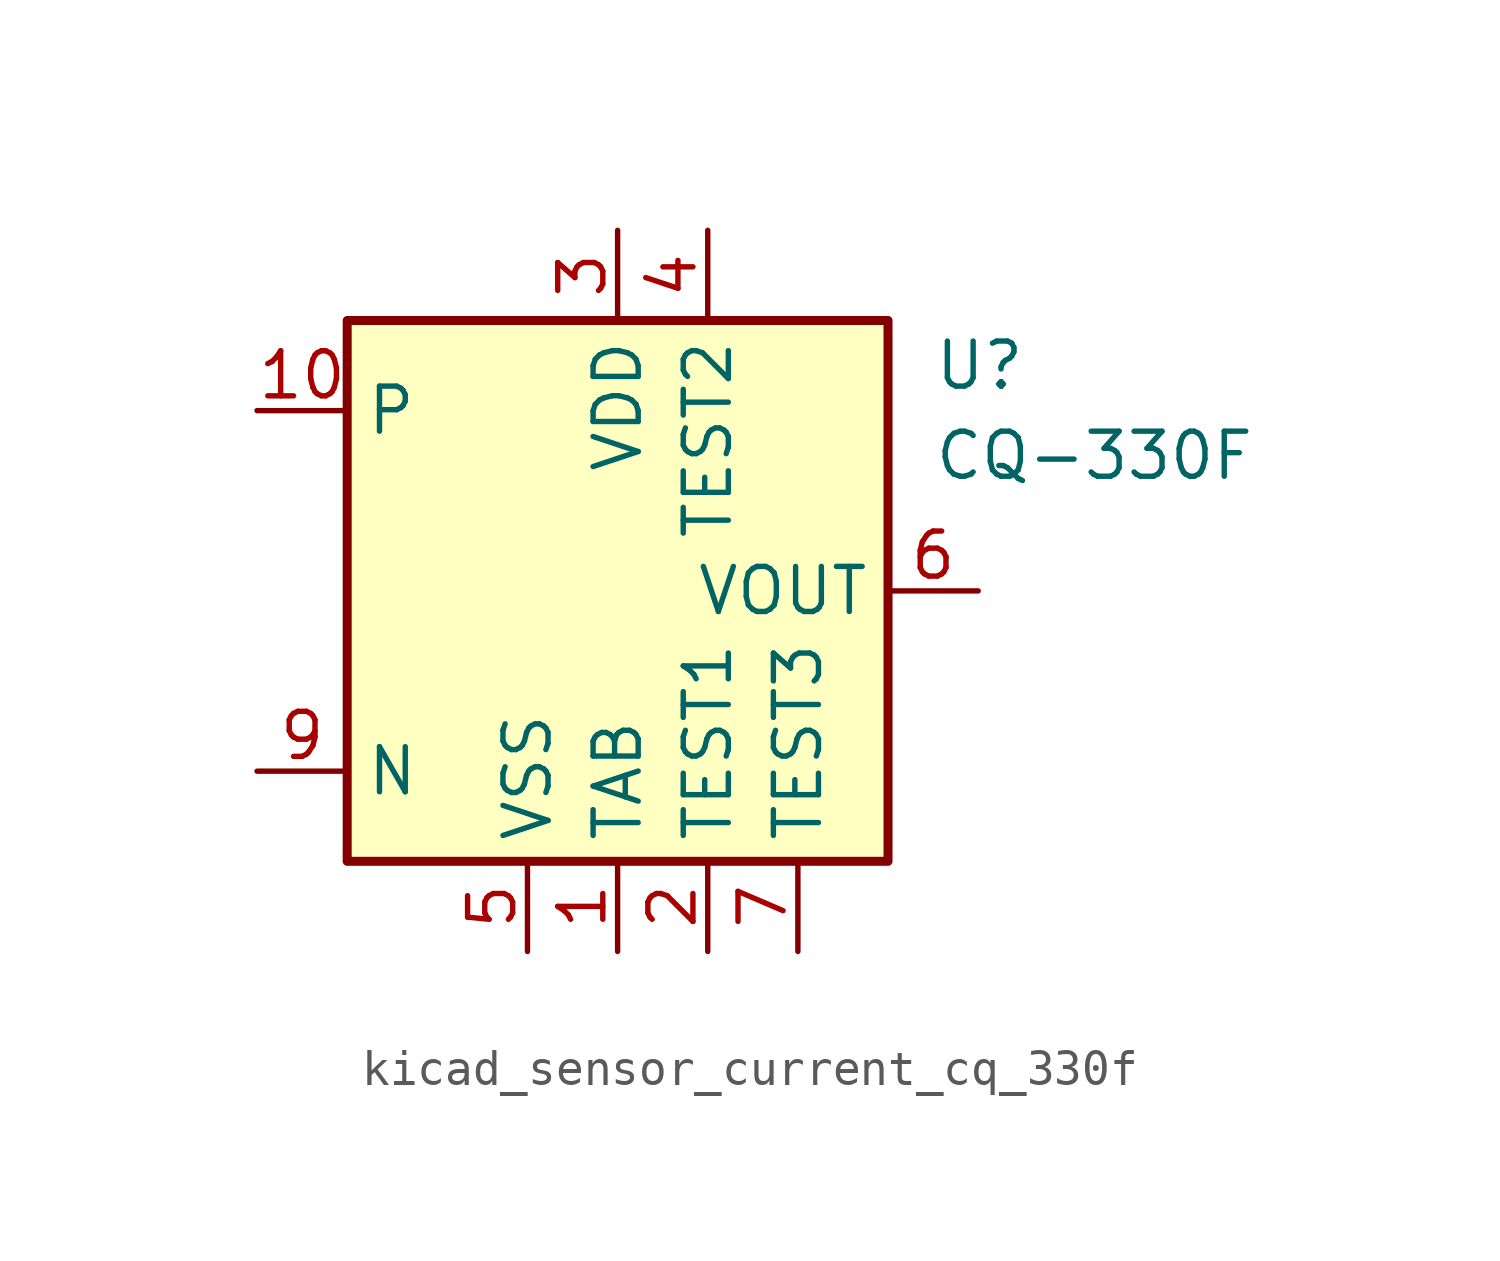
<source format=kicad_sym>
(kicad_symbol_lib
  (version 20220914)
  (generator kicad_symbol_editor)
  (symbol "kicad_sensor_current_cq_330f"
    (property "Reference" "U"
      (at 8.89 6.35 0)
      (effects (font (size 1.27 1.27)) (justify left)))
    (property "Value" "CQ-330F"
      (at 8.89 3.81 0)
      (effects (font (size 1.27 1.27)) (justify left)))
    (symbol "kicad_sensor_current_cq_330f_0_1"
      (rectangle (start -7.62 7.62) (end 7.62 -7.62) (stroke (width 0.254) (type default)) (fill (type background))))
    (symbol "kicad_sensor_current_cq_330f_1_1"
      (pin power_in line (at 0 -10.16 90) (length 2.54) (name "TAB" (effects (font (size 1.27 1.27)))) (number "1" (effects (font (size 1.27 1.27)))))
      (pin passive line (at -10.16 5.08 0) (length 2.54) (name "P" (effects (font (size 1.27 1.27)))) (number "10" (effects (font (size 1.27 1.27)))))
      (pin power_in line (at 2.54 -10.16 90) (length 2.54) (name "TEST1" (effects (font (size 1.27 1.27)))) (number "2" (effects (font (size 1.27 1.27)))))
      (pin power_in line (at 0 10.16 270) (length 2.54) (name "VDD" (effects (font (size 1.27 1.27)))) (number "3" (effects (font (size 1.27 1.27)))))
      (pin power_in line (at 2.54 10.16 270) (length 2.54) (name "TEST2" (effects (font (size 1.27 1.27)))) (number "4" (effects (font (size 1.27 1.27)))))
      (pin power_in line (at -2.54 -10.16 90) (length 2.54) (name "VSS" (effects (font (size 1.27 1.27)))) (number "5" (effects (font (size 1.27 1.27)))))
      (pin output line (at 10.16 0 180) (length 2.54) (name "VOUT" (effects (font (size 1.27 1.27)))) (number "6" (effects (font (size 1.27 1.27)))))
      (pin power_in line (at 5.08 -10.16 90) (length 2.54) (name "TEST3" (effects (font (size 1.27 1.27)))) (number "7" (effects (font (size 1.27 1.27)))))
      (pin passive line (at 0 -10.16 90) (length 2.54) hide (name "TAB" (effects (font (size 1.27 1.27)))) (number "8" (effects (font (size 1.27 1.27)))))
      (pin passive line (at -10.16 -5.08 0) (length 2.54) (name "N" (effects (font (size 1.27 1.27)))) (number "9" (effects (font (size 1.27 1.27))))))))
</source>
